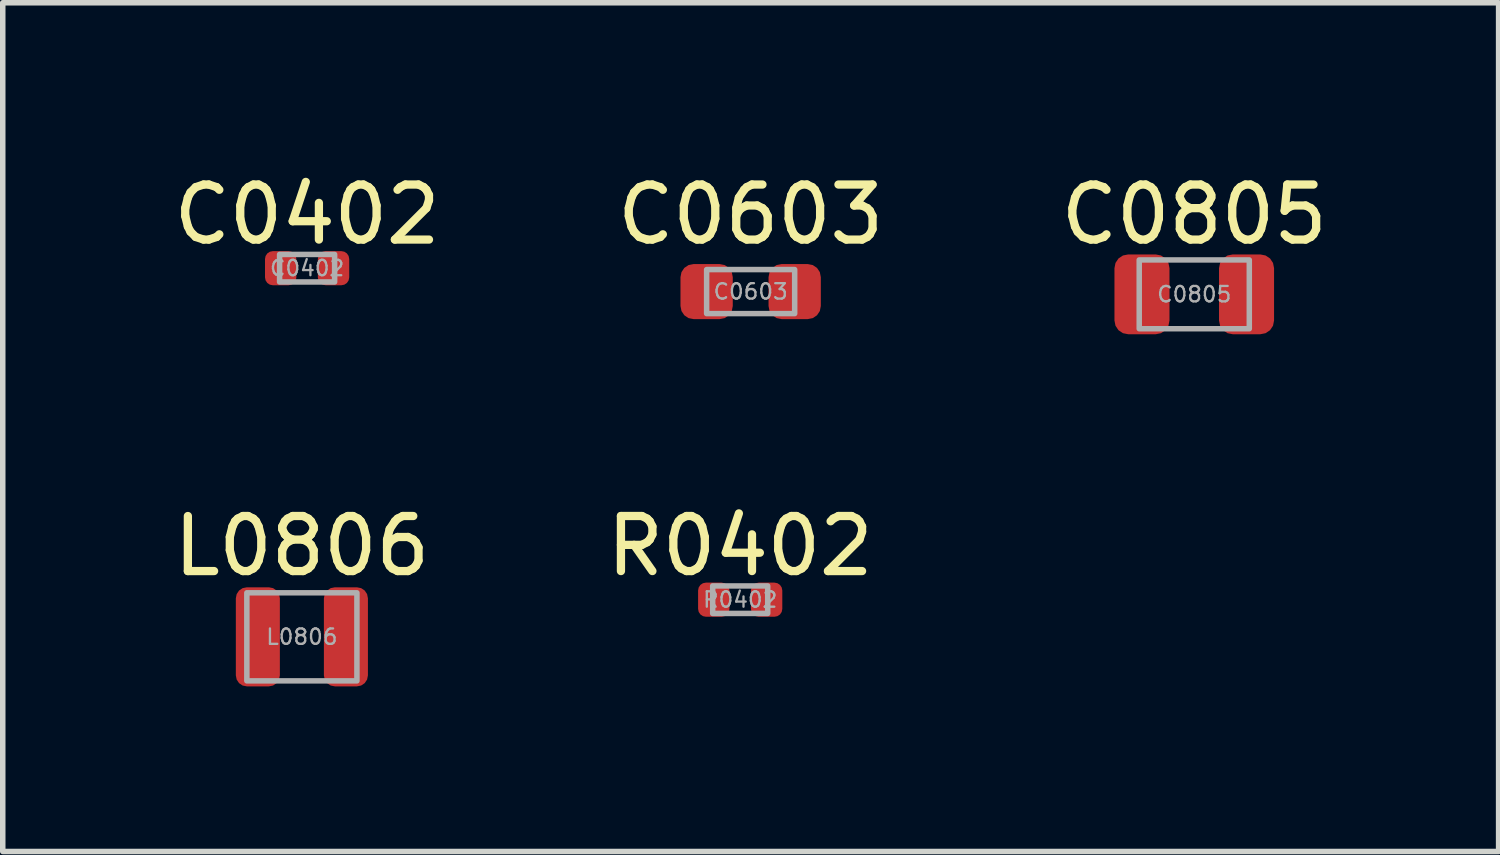
<source format=kicad_pcb>
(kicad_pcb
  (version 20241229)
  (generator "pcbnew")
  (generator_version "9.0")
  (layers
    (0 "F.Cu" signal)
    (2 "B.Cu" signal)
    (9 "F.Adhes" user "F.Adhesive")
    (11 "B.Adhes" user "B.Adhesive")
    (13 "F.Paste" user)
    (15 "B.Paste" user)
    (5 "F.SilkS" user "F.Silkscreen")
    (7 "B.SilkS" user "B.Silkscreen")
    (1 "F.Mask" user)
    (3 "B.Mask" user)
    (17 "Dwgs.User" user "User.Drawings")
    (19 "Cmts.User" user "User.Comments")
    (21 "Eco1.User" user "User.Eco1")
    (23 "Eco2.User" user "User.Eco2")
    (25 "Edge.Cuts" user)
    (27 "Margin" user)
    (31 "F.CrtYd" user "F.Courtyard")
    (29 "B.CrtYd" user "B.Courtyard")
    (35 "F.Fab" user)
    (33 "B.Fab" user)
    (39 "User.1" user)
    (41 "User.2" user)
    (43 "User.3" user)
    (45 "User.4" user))
  (footprint "R0402"
    (layer "F.Cu")
    (at 10.399 7.846)
    (property "Reference" "R0402" (at 0 -0.975 0) (unlocked yes) (layer "F.SilkS") (effects (font (size 1 1) (thickness 0.15))))
    (attr smd)
    (fp_rect (start -0.5 -0.25) (end 0.5 0.25) (stroke (width 0.1) (type solid)) (fill no) (layer "F.Fab"))
    (fp_text user "${REFERENCE}" (at 0 0 0) (unlocked yes) (layer "F.Fab") (effects (font (size 0.28 0.28) (thickness 0.042))))
    (pad "1" smd roundrect (at -0.48 0) (size 0.57 0.62) (layers "F.Cu" "F.Mask" "F.Paste") (roundrect_rratio 0.25))
    (pad "2" smd roundrect (at 0.48 0) (size 0.57 0.62) (layers "F.Cu" "F.Mask" "F.Paste") (roundrect_rratio 0.25)))
  (footprint "L0806"
    (layer "F.Cu")
    (at 2.435 8.521)
    (property "Reference" "L0806" (at 0 -1.65 0) (unlocked yes) (layer "F.SilkS") (effects (font (size 1 1) (thickness 0.15))))
    (attr smd)
    (fp_rect (start -1 -0.8) (end 1 0.8) (stroke (width 0.1) (type solid)) (fill no) (layer "F.Fab"))
    (fp_text user "${REFERENCE}" (at 0 0 0) (unlocked yes) (layer "F.Fab") (effects (font (size 0.28 0.28) (thickness 0.042))))
    (pad "1" smd roundrect (at -0.8 0) (size 0.8 1.8) (layers "F.Cu" "F.Mask" "F.Paste") (roundrect_rratio 0.25))
    (pad "2" smd roundrect (at 0.8 0) (size 0.8 1.8) (layers "F.Cu" "F.Mask" "F.Paste") (roundrect_rratio 0.25)))
  (footprint "C0603"
    (layer "F.Cu")
    (at 10.589 2.248)
    (property "Reference" "C0603" (at 0 -1.4 0) (unlocked yes) (layer "F.SilkS") (effects (font (size 1 1) (thickness 0.15))))
    (attr smd)
    (fp_rect (start -0.8 -0.4) (end 0.8 0.4) (stroke (width 0.1) (type solid)) (fill no) (layer "F.Fab"))
    (fp_text user "${REFERENCE}" (at 0 0 0) (unlocked yes) (layer "F.Fab") (effects (font (size 0.28 0.28) (thickness 0.042))))
    (pad "1" smd roundrect (at -0.8 0) (size 0.95 1) (layers "F.Cu" "F.Mask" "F.Paste") (roundrect_rratio 0.25))
    (pad "2" smd roundrect (at 0.8 0) (size 0.95 1) (layers "F.Cu" "F.Mask" "F.Paste") (roundrect_rratio 0.25)))
  (footprint "C0805"
    (layer "F.Cu")
    (at 18.649 2.298)
    (property "Reference" "C0805" (at 0 -1.45 0) (unlocked yes) (layer "F.SilkS") (effects (font (size 1 1) (thickness 0.15))))
    (attr smd)
    (fp_rect (start -1 -0.625) (end 1 0.625) (stroke (width 0.1) (type solid)) (fill no) (layer "F.Fab"))
    (fp_text user "${REFERENCE}" (at 0 0 0) (unlocked yes) (layer "F.Fab") (effects (font (size 0.28 0.28) (thickness 0.042))))
    (pad "1" smd roundrect (at -0.95 0) (size 1 1.45) (layers "F.Cu" "F.Mask" "F.Paste") (roundrect_rratio 0.25))
    (pad "2" smd roundrect (at 0.95 0) (size 1 1.45) (layers "F.Cu" "F.Mask" "F.Paste") (roundrect_rratio 0.25)))
  (footprint "C0402"
    (layer "F.Cu")
    (at 2.53 1.823)
    (property "Reference" "C0402" (at 0 -0.975 0) (unlocked yes) (layer "F.SilkS") (effects (font (size 1 1) (thickness 0.15))))
    (attr smd)
    (fp_rect (start -0.5 -0.25) (end 0.5 0.25) (stroke (width 0.1) (type solid)) (fill no) (layer "F.Fab"))
    (fp_text user "${REFERENCE}" (at 0 0 0) (unlocked yes) (layer "F.Fab") (effects (font (size 0.28 0.28) (thickness 0.042))))
    (pad "1" smd roundrect (at -0.48 0) (size 0.57 0.62) (layers "F.Cu" "F.Mask" "F.Paste") (roundrect_rratio 0.25))
    (pad "2" smd roundrect (at 0.48 0) (size 0.57 0.62) (layers "F.Cu" "F.Mask" "F.Paste") (roundrect_rratio 0.25)))
  (gr_rect
    (start -3 -3)
    (end 24.179 12.421)
    (stroke (width 0.1) (type default))
    (fill no)
    (layer "Edge.Cuts")))
</source>
